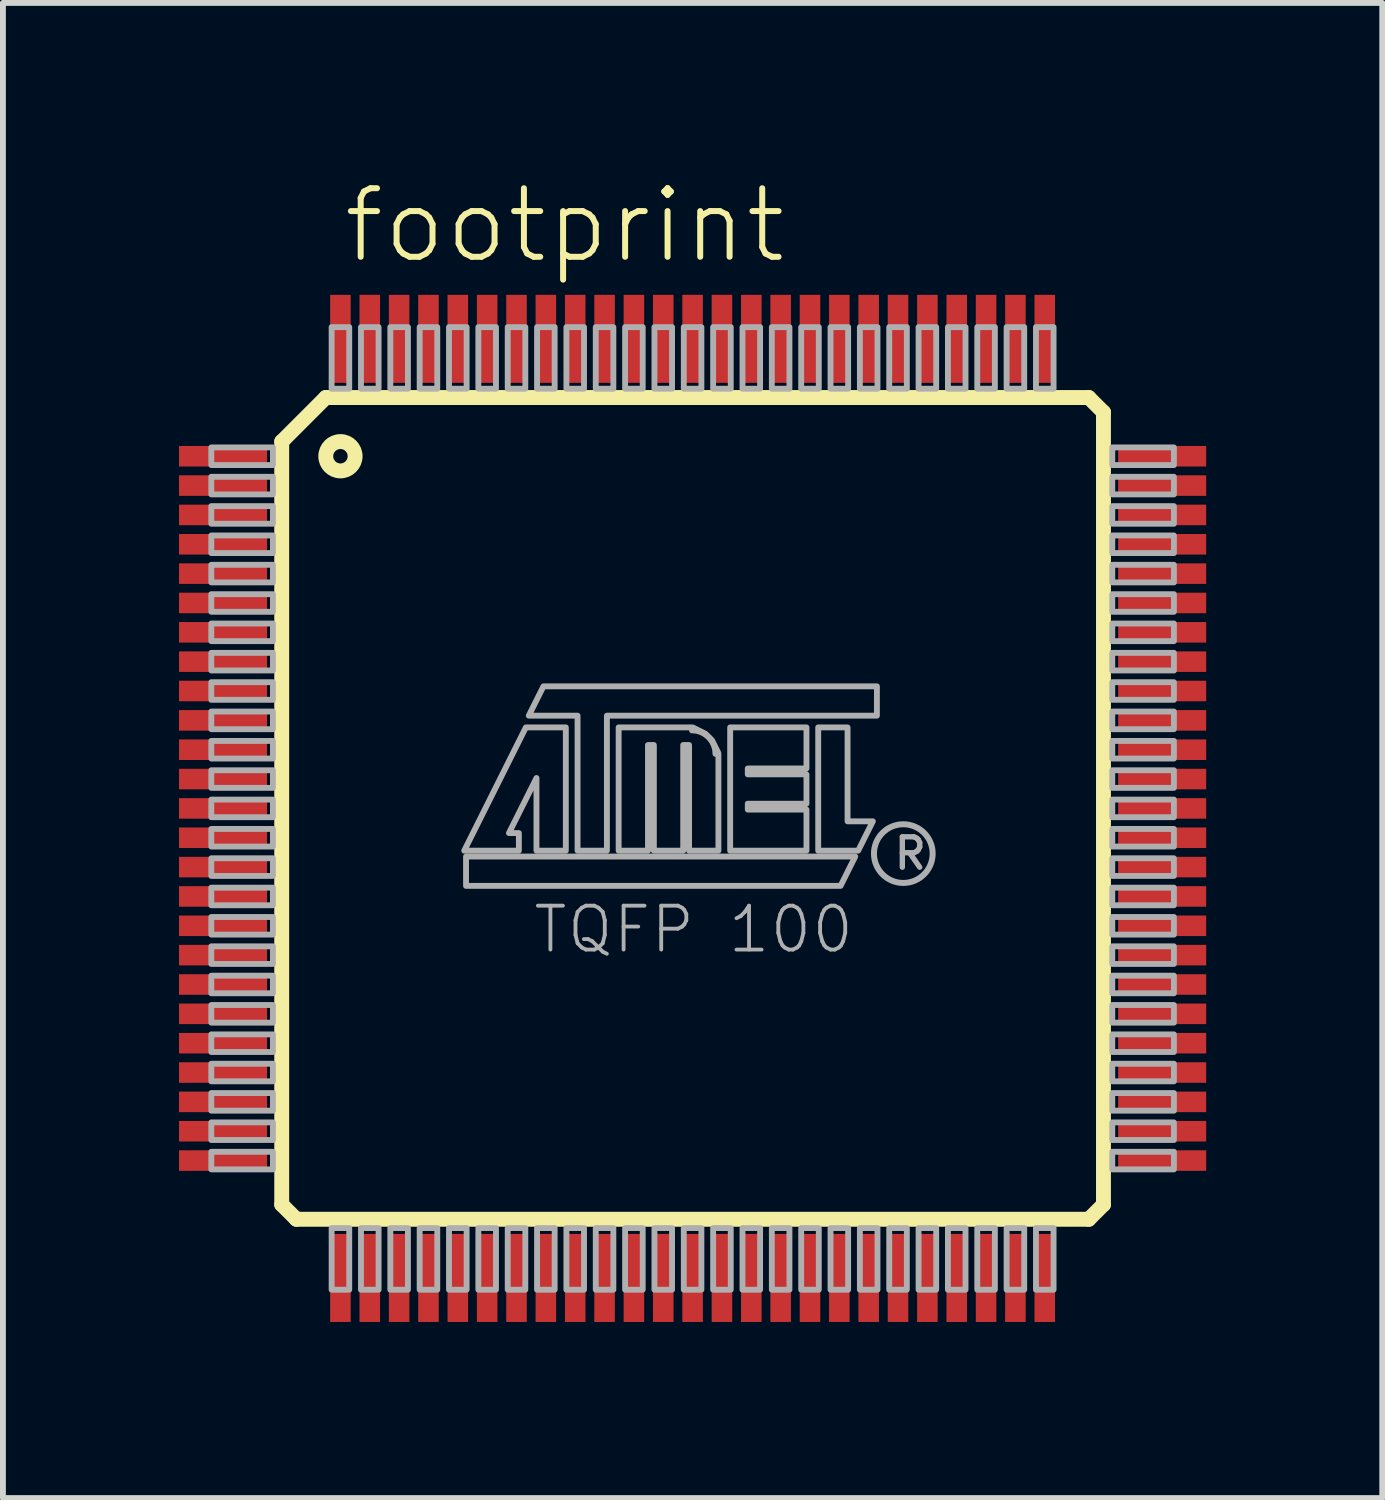
<source format=kicad_pcb>
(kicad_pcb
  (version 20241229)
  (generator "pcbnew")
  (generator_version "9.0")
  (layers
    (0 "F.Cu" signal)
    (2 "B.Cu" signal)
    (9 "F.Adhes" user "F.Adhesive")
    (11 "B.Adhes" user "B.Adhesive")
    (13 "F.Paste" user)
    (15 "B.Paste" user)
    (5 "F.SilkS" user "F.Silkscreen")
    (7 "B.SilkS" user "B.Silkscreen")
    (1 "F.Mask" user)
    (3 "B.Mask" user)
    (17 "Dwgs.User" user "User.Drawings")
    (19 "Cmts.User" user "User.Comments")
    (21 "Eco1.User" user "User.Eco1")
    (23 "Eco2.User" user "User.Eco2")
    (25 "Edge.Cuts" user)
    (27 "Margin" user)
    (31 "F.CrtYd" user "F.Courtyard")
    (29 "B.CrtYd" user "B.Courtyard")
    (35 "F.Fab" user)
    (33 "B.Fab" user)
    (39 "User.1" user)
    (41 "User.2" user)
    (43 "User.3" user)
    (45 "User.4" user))
  (footprint "footprint"
    (layer "F.Cu")
    (at 8.75 10.723)
    (property "Reference" "footprint" (at -6 -9.25 0) (layer "F.SilkS") (effects (font (size 1.168 1.168) (thickness 0.102)) (justify left bottom)))
    (fp_line (start -7 -6.25) (end -6.25 -7) (stroke (width 0.254) (type solid)) (layer "F.SilkS"))
    (fp_line (start -7 6.75) (end -7 -6.25) (stroke (width 0.254) (type solid)) (layer "F.SilkS"))
    (fp_line (start -6.75 7) (end -7 6.75) (stroke (width 0.254) (type solid)) (layer "F.SilkS"))
    (fp_line (start -6.25 -7) (end 6.75 -7) (stroke (width 0.254) (type solid)) (layer "F.SilkS"))
    (fp_line (start 6.75 -7) (end 7 -6.75) (stroke (width 0.254) (type solid)) (layer "F.SilkS"))
    (fp_line (start 6.75 7) (end -6.75 7) (stroke (width 0.254) (type solid)) (layer "F.SilkS"))
    (fp_line (start 7 -6.75) (end 7 6.75) (stroke (width 0.254) (type solid)) (layer "F.SilkS"))
    (fp_line (start 7 6.75) (end 6.75 7) (stroke (width 0.254) (type solid)) (layer "F.SilkS"))
    (fp_circle (center -6 -6) (end -5.75 -6) (stroke (width 0.254) (type solid)) (fill no) (layer "F.SilkS"))
    (fp_arc (start -0.0099 -1.3299) (mid 0.272878 -1.212708) (end 0.390001 -0.929901) (stroke (width 0.1016) (type solid)) (layer "F.Fab"))
    (fp_circle (center 3.59 0.77) (end 4.09 0.77) (stroke (width 0.102) (type solid)) (fill no) (layer "F.Fab"))
    (fp_poly (pts (xy -8.2 -5.85) (xy -7.15 -5.85) (xy -7.15 -6.15) (xy -8.2 -6.15)) (stroke (width 0.1) (type solid)) (fill no) (layer "F.Fab"))
    (fp_poly (pts (xy -8.2 -5.35) (xy -7.15 -5.35) (xy -7.15 -5.65) (xy -8.2 -5.65)) (stroke (width 0.1) (type solid)) (fill no) (layer "F.Fab"))
    (fp_poly (pts (xy -8.2 -4.85) (xy -7.15 -4.85) (xy -7.15 -5.15) (xy -8.2 -5.15)) (stroke (width 0.1) (type solid)) (fill no) (layer "F.Fab"))
    (fp_poly (pts (xy -8.2 -4.35) (xy -7.15 -4.35) (xy -7.15 -4.65) (xy -8.2 -4.65)) (stroke (width 0.1) (type solid)) (fill no) (layer "F.Fab"))
    (fp_poly (pts (xy -8.2 -3.85) (xy -7.15 -3.85) (xy -7.15 -4.15) (xy -8.2 -4.15)) (stroke (width 0.1) (type solid)) (fill no) (layer "F.Fab"))
    (fp_poly (pts (xy -8.2 -3.35) (xy -7.15 -3.35) (xy -7.15 -3.65) (xy -8.2 -3.65)) (stroke (width 0.1) (type solid)) (fill no) (layer "F.Fab"))
    (fp_poly (pts (xy -8.2 -2.85) (xy -7.15 -2.85) (xy -7.15 -3.15) (xy -8.2 -3.15)) (stroke (width 0.1) (type solid)) (fill no) (layer "F.Fab"))
    (fp_poly (pts (xy -8.2 -2.35) (xy -7.15 -2.35) (xy -7.15 -2.65) (xy -8.2 -2.65)) (stroke (width 0.1) (type solid)) (fill no) (layer "F.Fab"))
    (fp_poly (pts (xy -8.2 -1.85) (xy -7.15 -1.85) (xy -7.15 -2.15) (xy -8.2 -2.15)) (stroke (width 0.1) (type solid)) (fill no) (layer "F.Fab"))
    (fp_poly (pts (xy -8.2 -1.35) (xy -7.15 -1.35) (xy -7.15 -1.65) (xy -8.2 -1.65)) (stroke (width 0.1) (type solid)) (fill no) (layer "F.Fab"))
    (fp_poly (pts (xy -8.2 -0.85) (xy -7.15 -0.85) (xy -7.15 -1.15) (xy -8.2 -1.15)) (stroke (width 0.1) (type solid)) (fill no) (layer "F.Fab"))
    (fp_poly (pts (xy -8.2 -0.35) (xy -7.15 -0.35) (xy -7.15 -0.65) (xy -8.2 -0.65)) (stroke (width 0.1) (type solid)) (fill no) (layer "F.Fab"))
    (fp_poly (pts (xy -8.2 0.15) (xy -7.15 0.15) (xy -7.15 -0.15) (xy -8.2 -0.15)) (stroke (width 0.1) (type solid)) (fill no) (layer "F.Fab"))
    (fp_poly (pts (xy -8.2 0.65) (xy -7.15 0.65) (xy -7.15 0.35) (xy -8.2 0.35)) (stroke (width 0.1) (type solid)) (fill no) (layer "F.Fab"))
    (fp_poly (pts (xy -8.2 1.15) (xy -7.15 1.15) (xy -7.15 0.85) (xy -8.2 0.85)) (stroke (width 0.1) (type solid)) (fill no) (layer "F.Fab"))
    (fp_poly (pts (xy -8.2 1.65) (xy -7.15 1.65) (xy -7.15 1.35) (xy -8.2 1.35)) (stroke (width 0.1) (type solid)) (fill no) (layer "F.Fab"))
    (fp_poly (pts (xy -8.2 2.15) (xy -7.15 2.15) (xy -7.15 1.85) (xy -8.2 1.85)) (stroke (width 0.1) (type solid)) (fill no) (layer "F.Fab"))
    (fp_poly (pts (xy -8.2 2.65) (xy -7.15 2.65) (xy -7.15 2.35) (xy -8.2 2.35)) (stroke (width 0.1) (type solid)) (fill no) (layer "F.Fab"))
    (fp_poly (pts (xy -8.2 3.15) (xy -7.15 3.15) (xy -7.15 2.85) (xy -8.2 2.85)) (stroke (width 0.1) (type solid)) (fill no) (layer "F.Fab"))
    (fp_poly (pts (xy -8.2 3.65) (xy -7.15 3.65) (xy -7.15 3.35) (xy -8.2 3.35)) (stroke (width 0.1) (type solid)) (fill no) (layer "F.Fab"))
    (fp_poly (pts (xy -8.2 4.15) (xy -7.15 4.15) (xy -7.15 3.85) (xy -8.2 3.85)) (stroke (width 0.1) (type solid)) (fill no) (layer "F.Fab"))
    (fp_poly (pts (xy -8.2 4.65) (xy -7.15 4.65) (xy -7.15 4.35) (xy -8.2 4.35)) (stroke (width 0.1) (type solid)) (fill no) (layer "F.Fab"))
    (fp_poly (pts (xy -8.2 5.15) (xy -7.15 5.15) (xy -7.15 4.85) (xy -8.2 4.85)) (stroke (width 0.1) (type solid)) (fill no) (layer "F.Fab"))
    (fp_poly (pts (xy -8.2 5.65) (xy -7.15 5.65) (xy -7.15 5.35) (xy -8.2 5.35)) (stroke (width 0.1) (type solid)) (fill no) (layer "F.Fab"))
    (fp_poly (pts (xy -8.2 6.15) (xy -7.15 6.15) (xy -7.15 5.85) (xy -8.2 5.85)) (stroke (width 0.1) (type solid)) (fill no) (layer "F.Fab"))
    (fp_poly (pts (xy -6.15 -7.15) (xy -5.85 -7.15) (xy -5.85 -8.2) (xy -6.15 -8.2)) (stroke (width 0.1) (type solid)) (fill no) (layer "F.Fab"))
    (fp_poly (pts (xy -6.15 8.2) (xy -5.85 8.2) (xy -5.85 7.15) (xy -6.15 7.15)) (stroke (width 0.1) (type solid)) (fill no) (layer "F.Fab"))
    (fp_poly (pts (xy -5.65 -7.15) (xy -5.35 -7.15) (xy -5.35 -8.2) (xy -5.65 -8.2)) (stroke (width 0.1) (type solid)) (fill no) (layer "F.Fab"))
    (fp_poly (pts (xy -5.65 8.2) (xy -5.35 8.2) (xy -5.35 7.15) (xy -5.65 7.15)) (stroke (width 0.1) (type solid)) (fill no) (layer "F.Fab"))
    (fp_poly (pts (xy -5.15 -7.15) (xy -4.85 -7.15) (xy -4.85 -8.2) (xy -5.15 -8.2)) (stroke (width 0.1) (type solid)) (fill no) (layer "F.Fab"))
    (fp_poly (pts (xy -5.15 8.2) (xy -4.85 8.2) (xy -4.85 7.15) (xy -5.15 7.15)) (stroke (width 0.1) (type solid)) (fill no) (layer "F.Fab"))
    (fp_poly (pts (xy -4.65 -7.15) (xy -4.35 -7.15) (xy -4.35 -8.2) (xy -4.65 -8.2)) (stroke (width 0.1) (type solid)) (fill no) (layer "F.Fab"))
    (fp_poly (pts (xy -4.65 8.2) (xy -4.35 8.2) (xy -4.35 7.15) (xy -4.65 7.15)) (stroke (width 0.1) (type solid)) (fill no) (layer "F.Fab"))
    (fp_poly (pts (xy -4.15 -7.15) (xy -3.85 -7.15) (xy -3.85 -8.2) (xy -4.15 -8.2)) (stroke (width 0.1) (type solid)) (fill no) (layer "F.Fab"))
    (fp_poly (pts (xy -4.15 8.2) (xy -3.85 8.2) (xy -3.85 7.15) (xy -4.15 7.15)) (stroke (width 0.1) (type solid)) (fill no) (layer "F.Fab"))
    (fp_poly (pts (xy -3.65 -7.15) (xy -3.35 -7.15) (xy -3.35 -8.2) (xy -3.65 -8.2)) (stroke (width 0.1) (type solid)) (fill no) (layer "F.Fab"))
    (fp_poly (pts (xy -3.65 8.2) (xy -3.35 8.2) (xy -3.35 7.15) (xy -3.65 7.15)) (stroke (width 0.1) (type solid)) (fill no) (layer "F.Fab"))
    (fp_poly (pts (xy -3.15 -7.15) (xy -2.85 -7.15) (xy -2.85 -8.2) (xy -3.15 -8.2)) (stroke (width 0.1) (type solid)) (fill no) (layer "F.Fab"))
    (fp_poly (pts (xy -3.15 8.2) (xy -2.85 8.2) (xy -2.85 7.15) (xy -3.15 7.15)) (stroke (width 0.1) (type solid)) (fill no) (layer "F.Fab"))
    (fp_poly (pts (xy -2.65 -7.15) (xy -2.35 -7.15) (xy -2.35 -8.2) (xy -2.65 -8.2)) (stroke (width 0.1) (type solid)) (fill no) (layer "F.Fab"))
    (fp_poly (pts (xy -2.65 8.2) (xy -2.35 8.2) (xy -2.35 7.15) (xy -2.65 7.15)) (stroke (width 0.1) (type solid)) (fill no) (layer "F.Fab"))
    (fp_poly (pts (xy -2.15 -7.15) (xy -1.85 -7.15) (xy -1.85 -8.2) (xy -2.15 -8.2)) (stroke (width 0.1) (type solid)) (fill no) (layer "F.Fab"))
    (fp_poly (pts (xy -2.15 8.2) (xy -1.85 8.2) (xy -1.85 7.15) (xy -2.15 7.15)) (stroke (width 0.1) (type solid)) (fill no) (layer "F.Fab"))
    (fp_poly (pts (xy -1.65 -7.15) (xy -1.35 -7.15) (xy -1.35 -8.2) (xy -1.65 -8.2)) (stroke (width 0.1) (type solid)) (fill no) (layer "F.Fab"))
    (fp_poly (pts (xy -1.65 8.2) (xy -1.35 8.2) (xy -1.35 7.15) (xy -1.65 7.15)) (stroke (width 0.1) (type solid)) (fill no) (layer "F.Fab"))
    (fp_poly (pts (xy -1.15 -7.15) (xy -0.85 -7.15) (xy -0.85 -8.2) (xy -1.15 -8.2)) (stroke (width 0.1) (type solid)) (fill no) (layer "F.Fab"))
    (fp_poly (pts (xy -1.15 8.2) (xy -0.85 8.2) (xy -0.85 7.15) (xy -1.15 7.15)) (stroke (width 0.1) (type solid)) (fill no) (layer "F.Fab"))
    (fp_poly (pts (xy -0.65 -7.15) (xy -0.35 -7.15) (xy -0.35 -8.2) (xy -0.65 -8.2)) (stroke (width 0.1) (type solid)) (fill no) (layer "F.Fab"))
    (fp_poly (pts (xy -0.65 8.2) (xy -0.35 8.2) (xy -0.35 7.15) (xy -0.65 7.15)) (stroke (width 0.1) (type solid)) (fill no) (layer "F.Fab"))
    (fp_poly (pts (xy -0.15 -7.15) (xy 0.15 -7.15) (xy 0.15 -8.2) (xy -0.15 -8.2)) (stroke (width 0.1) (type solid)) (fill no) (layer "F.Fab"))
    (fp_poly (pts (xy -0.15 8.2) (xy 0.15 8.2) (xy 0.15 7.15) (xy -0.15 7.15)) (stroke (width 0.1) (type solid)) (fill no) (layer "F.Fab"))
    (fp_poly (pts (xy 0.35 -7.15) (xy 0.65 -7.15) (xy 0.65 -8.2) (xy 0.35 -8.2)) (stroke (width 0.1) (type solid)) (fill no) (layer "F.Fab"))
    (fp_poly (pts (xy 0.35 8.2) (xy 0.65 8.2) (xy 0.65 7.15) (xy 0.35 7.15)) (stroke (width 0.1) (type solid)) (fill no) (layer "F.Fab"))
    (fp_poly (pts (xy 0.85 -7.15) (xy 1.15 -7.15) (xy 1.15 -8.2) (xy 0.85 -8.2)) (stroke (width 0.1) (type solid)) (fill no) (layer "F.Fab"))
    (fp_poly (pts (xy 0.85 8.2) (xy 1.15 8.2) (xy 1.15 7.15) (xy 0.85 7.15)) (stroke (width 0.1) (type solid)) (fill no) (layer "F.Fab"))
    (fp_poly (pts (xy 1.35 -7.15) (xy 1.65 -7.15) (xy 1.65 -8.2) (xy 1.35 -8.2)) (stroke (width 0.1) (type solid)) (fill no) (layer "F.Fab"))
    (fp_poly (pts (xy 1.35 8.2) (xy 1.65 8.2) (xy 1.65 7.15) (xy 1.35 7.15)) (stroke (width 0.1) (type solid)) (fill no) (layer "F.Fab"))
    (fp_poly (pts (xy 1.85 -7.15) (xy 2.15 -7.15) (xy 2.15 -8.2) (xy 1.85 -8.2)) (stroke (width 0.1) (type solid)) (fill no) (layer "F.Fab"))
    (fp_poly (pts (xy 1.85 8.2) (xy 2.15 8.2) (xy 2.15 7.15) (xy 1.85 7.15)) (stroke (width 0.1) (type solid)) (fill no) (layer "F.Fab"))
    (fp_poly (pts (xy 2.35 -7.15) (xy 2.65 -7.15) (xy 2.65 -8.2) (xy 2.35 -8.2)) (stroke (width 0.1) (type solid)) (fill no) (layer "F.Fab"))
    (fp_poly (pts (xy 2.35 8.2) (xy 2.65 8.2) (xy 2.65 7.15) (xy 2.35 7.15)) (stroke (width 0.1) (type solid)) (fill no) (layer "F.Fab"))
    (fp_poly (pts (xy 2.521 1.32) (xy -3.86 1.32) (xy -3.86 0.82) (xy 2.771 0.82)) (stroke (width 0.1) (type solid)) (fill no) (layer "F.Fab"))
    (fp_poly (pts (xy 2.85 -7.15) (xy 3.15 -7.15) (xy 3.15 -8.2) (xy 2.85 -8.2)) (stroke (width 0.1) (type solid)) (fill no) (layer "F.Fab"))
    (fp_poly (pts (xy 2.85 8.2) (xy 3.15 8.2) (xy 3.15 7.15) (xy 2.85 7.15)) (stroke (width 0.1) (type solid)) (fill no) (layer "F.Fab"))
    (fp_poly (pts (xy 3.35 -7.15) (xy 3.65 -7.15) (xy 3.65 -8.2) (xy 3.35 -8.2)) (stroke (width 0.1) (type solid)) (fill no) (layer "F.Fab"))
    (fp_poly (pts (xy 3.35 8.2) (xy 3.65 8.2) (xy 3.65 7.15) (xy 3.35 7.15)) (stroke (width 0.1) (type solid)) (fill no) (layer "F.Fab"))
    (fp_poly (pts (xy 3.85 -7.15) (xy 4.15 -7.15) (xy 4.15 -8.2) (xy 3.85 -8.2)) (stroke (width 0.1) (type solid)) (fill no) (layer "F.Fab"))
    (fp_poly (pts (xy 3.85 8.2) (xy 4.15 8.2) (xy 4.15 7.15) (xy 3.85 7.15)) (stroke (width 0.1) (type solid)) (fill no) (layer "F.Fab"))
    (fp_poly (pts (xy 4.35 -7.15) (xy 4.65 -7.15) (xy 4.65 -8.2) (xy 4.35 -8.2)) (stroke (width 0.1) (type solid)) (fill no) (layer "F.Fab"))
    (fp_poly (pts (xy 4.35 8.2) (xy 4.65 8.2) (xy 4.65 7.15) (xy 4.35 7.15)) (stroke (width 0.1) (type solid)) (fill no) (layer "F.Fab"))
    (fp_poly (pts (xy 4.85 -7.15) (xy 5.15 -7.15) (xy 5.15 -8.2) (xy 4.85 -8.2)) (stroke (width 0.1) (type solid)) (fill no) (layer "F.Fab"))
    (fp_poly (pts (xy 4.85 8.2) (xy 5.15 8.2) (xy 5.15 7.15) (xy 4.85 7.15)) (stroke (width 0.1) (type solid)) (fill no) (layer "F.Fab"))
    (fp_poly (pts (xy 5.35 -7.15) (xy 5.65 -7.15) (xy 5.65 -8.2) (xy 5.35 -8.2)) (stroke (width 0.1) (type solid)) (fill no) (layer "F.Fab"))
    (fp_poly (pts (xy 5.35 8.2) (xy 5.65 8.2) (xy 5.65 7.15) (xy 5.35 7.15)) (stroke (width 0.1) (type solid)) (fill no) (layer "F.Fab"))
    (fp_poly (pts (xy 5.85 -7.15) (xy 6.15 -7.15) (xy 6.15 -8.2) (xy 5.85 -8.2)) (stroke (width 0.1) (type solid)) (fill no) (layer "F.Fab"))
    (fp_poly (pts (xy 5.85 8.2) (xy 6.15 8.2) (xy 6.15 7.15) (xy 5.85 7.15)) (stroke (width 0.1) (type solid)) (fill no) (layer "F.Fab"))
    (fp_poly (pts (xy 7.15 -5.85) (xy 8.2 -5.85) (xy 8.2 -6.15) (xy 7.15 -6.15)) (stroke (width 0.1) (type solid)) (fill no) (layer "F.Fab"))
    (fp_poly (pts (xy 7.15 -5.35) (xy 8.2 -5.35) (xy 8.2 -5.65) (xy 7.15 -5.65)) (stroke (width 0.1) (type solid)) (fill no) (layer "F.Fab"))
    (fp_poly (pts (xy 7.15 -4.85) (xy 8.2 -4.85) (xy 8.2 -5.15) (xy 7.15 -5.15)) (stroke (width 0.1) (type solid)) (fill no) (layer "F.Fab"))
    (fp_poly (pts (xy 7.15 -4.35) (xy 8.2 -4.35) (xy 8.2 -4.65) (xy 7.15 -4.65)) (stroke (width 0.1) (type solid)) (fill no) (layer "F.Fab"))
    (fp_poly (pts (xy 7.15 -3.85) (xy 8.2 -3.85) (xy 8.2 -4.15) (xy 7.15 -4.15)) (stroke (width 0.1) (type solid)) (fill no) (layer "F.Fab"))
    (fp_poly (pts (xy 7.15 -3.35) (xy 8.2 -3.35) (xy 8.2 -3.65) (xy 7.15 -3.65)) (stroke (width 0.1) (type solid)) (fill no) (layer "F.Fab"))
    (fp_poly (pts (xy 7.15 -2.85) (xy 8.2 -2.85) (xy 8.2 -3.15) (xy 7.15 -3.15)) (stroke (width 0.1) (type solid)) (fill no) (layer "F.Fab"))
    (fp_poly (pts (xy 7.15 -2.35) (xy 8.2 -2.35) (xy 8.2 -2.65) (xy 7.15 -2.65)) (stroke (width 0.1) (type solid)) (fill no) (layer "F.Fab"))
    (fp_poly (pts (xy 7.15 -1.85) (xy 8.2 -1.85) (xy 8.2 -2.15) (xy 7.15 -2.15)) (stroke (width 0.1) (type solid)) (fill no) (layer "F.Fab"))
    (fp_poly (pts (xy 7.15 -1.35) (xy 8.2 -1.35) (xy 8.2 -1.65) (xy 7.15 -1.65)) (stroke (width 0.1) (type solid)) (fill no) (layer "F.Fab"))
    (fp_poly (pts (xy 7.15 -0.85) (xy 8.2 -0.85) (xy 8.2 -1.15) (xy 7.15 -1.15)) (stroke (width 0.1) (type solid)) (fill no) (layer "F.Fab"))
    (fp_poly (pts (xy 7.15 -0.35) (xy 8.2 -0.35) (xy 8.2 -0.65) (xy 7.15 -0.65)) (stroke (width 0.1) (type solid)) (fill no) (layer "F.Fab"))
    (fp_poly (pts (xy 7.15 0.15) (xy 8.2 0.15) (xy 8.2 -0.15) (xy 7.15 -0.15)) (stroke (width 0.1) (type solid)) (fill no) (layer "F.Fab"))
    (fp_poly (pts (xy 7.15 0.65) (xy 8.2 0.65) (xy 8.2 0.35) (xy 7.15 0.35)) (stroke (width 0.1) (type solid)) (fill no) (layer "F.Fab"))
    (fp_poly (pts (xy 7.15 1.15) (xy 8.2 1.15) (xy 8.2 0.85) (xy 7.15 0.85)) (stroke (width 0.1) (type solid)) (fill no) (layer "F.Fab"))
    (fp_poly (pts (xy 7.15 1.65) (xy 8.2 1.65) (xy 8.2 1.35) (xy 7.15 1.35)) (stroke (width 0.1) (type solid)) (fill no) (layer "F.Fab"))
    (fp_poly (pts (xy 7.15 2.15) (xy 8.2 2.15) (xy 8.2 1.85) (xy 7.15 1.85)) (stroke (width 0.1) (type solid)) (fill no) (layer "F.Fab"))
    (fp_poly (pts (xy 7.15 2.65) (xy 8.2 2.65) (xy 8.2 2.35) (xy 7.15 2.35)) (stroke (width 0.1) (type solid)) (fill no) (layer "F.Fab"))
    (fp_poly (pts (xy 7.15 3.15) (xy 8.2 3.15) (xy 8.2 2.85) (xy 7.15 2.85)) (stroke (width 0.1) (type solid)) (fill no) (layer "F.Fab"))
    (fp_poly (pts (xy 7.15 3.65) (xy 8.2 3.65) (xy 8.2 3.35) (xy 7.15 3.35)) (stroke (width 0.1) (type solid)) (fill no) (layer "F.Fab"))
    (fp_poly (pts (xy 7.15 4.15) (xy 8.2 4.15) (xy 8.2 3.85) (xy 7.15 3.85)) (stroke (width 0.1) (type solid)) (fill no) (layer "F.Fab"))
    (fp_poly (pts (xy 7.15 4.65) (xy 8.2 4.65) (xy 8.2 4.35) (xy 7.15 4.35)) (stroke (width 0.1) (type solid)) (fill no) (layer "F.Fab"))
    (fp_poly (pts (xy 7.15 5.15) (xy 8.2 5.15) (xy 8.2 4.85) (xy 7.15 4.85)) (stroke (width 0.1) (type solid)) (fill no) (layer "F.Fab"))
    (fp_poly (pts (xy 7.15 5.65) (xy 8.2 5.65) (xy 8.2 5.35) (xy 7.15 5.35)) (stroke (width 0.1) (type solid)) (fill no) (layer "F.Fab"))
    (fp_poly (pts (xy 7.15 6.15) (xy 8.2 6.15) (xy 8.2 5.85) (xy 7.15 5.85)) (stroke (width 0.1) (type solid)) (fill no) (layer "F.Fab"))
    (fp_poly (pts (xy 2.64 0.22) (xy 3.071 0.22) (xy 2.821 0.72) (xy 2.14 0.72) (xy 2.14 -1.38) (xy 2.64 -1.38)) (stroke (width 0.1) (type solid)) (fill no) (layer "F.Fab"))
    (fp_poly (pts (xy 3.14 -1.58) (xy -1.46 -1.58) (xy -1.46 0.72) (xy -1.96 0.72) (xy -1.96 -1.58) (xy -2.791 -1.58) (xy -2.541 -2.08) (xy 3.14 -2.08)) (stroke (width 0.1) (type solid)) (fill no) (layer "F.Fab"))
    (fp_poly (pts (xy -2.16 0.72) (xy -2.66 0.72) (xy -2.66 -0.518) (xy -3.129 0.42) (xy -2.96 0.42) (xy -2.96 0.72) (xy -3.891 0.72) (xy -2.841 -1.38) (xy -2.16 -1.38)) (stroke (width 0.1) (type solid)) (fill no) (layer "F.Fab"))
    (fp_poly (pts (xy 1.94 -0.68) (xy 0.94 -0.68) (xy 0.94 -0.58) (xy 1.94 -0.58) (xy 1.94 -0.08) (xy 0.94 -0.08) (xy 0.94 0.02) (xy 1.94 0.02) (xy 1.94 0.72) (xy 0.64 0.72) (xy 0.64 -1.38) (xy 1.94 -1.38)) (stroke (width 0.1) (type solid)) (fill no) (layer "F.Fab"))
    (fp_poly (pts (xy 0.22 -1.271) (xy 0.331 -1.16) (xy 0.44 -0.942) (xy 0.44 0.72) (xy -0.06 0.72) (xy -0.06 -1.08) (xy -0.16 -1.08) (xy -0.16 0.72) (xy -0.66 0.72) (xy -0.66 -1.08) (xy -0.76 -1.08) (xy -0.76 0.72) (xy -1.26 0.72) (xy -1.26 -1.38) (xy 0.002 -1.38)) (stroke (width 0.1) (type solid)) (fill no) (layer "F.Fab"))
    (fp_text user "R" (at 3.39 1.07 0) (layer "F.Fab") (effects (font (size 0.518 0.518) (thickness 0.091)) (justify left bottom)))
    (fp_text user "TQFP 100" (at -2.75 2.5 0) (layer "F.Fab") (effects (font (size 0.748 0.748) (thickness 0.065)) (justify left bottom)))
    (pad "1" smd rect (at -8 -6) (size 1.5 0.35) (layers "F.Cu" "F.Mask" "F.Paste"))
    (pad "2" smd rect (at -8 -5.5) (size 1.5 0.35) (layers "F.Cu" "F.Mask" "F.Paste"))
    (pad "3" smd rect (at -8 -5) (size 1.5 0.35) (layers "F.Cu" "F.Mask" "F.Paste"))
    (pad "4" smd rect (at -8 -4.5) (size 1.5 0.35) (layers "F.Cu" "F.Mask" "F.Paste"))
    (pad "5" smd rect (at -8 -4) (size 1.5 0.35) (layers "F.Cu" "F.Mask" "F.Paste"))
    (pad "6" smd rect (at -8 -3.5) (size 1.5 0.35) (layers "F.Cu" "F.Mask" "F.Paste"))
    (pad "7" smd rect (at -8 -3) (size 1.5 0.35) (layers "F.Cu" "F.Mask" "F.Paste"))
    (pad "8" smd rect (at -8 -2.5) (size 1.5 0.35) (layers "F.Cu" "F.Mask" "F.Paste"))
    (pad "9" smd rect (at -8 -2) (size 1.5 0.35) (layers "F.Cu" "F.Mask" "F.Paste"))
    (pad "10" smd rect (at -8 -1.5) (size 1.5 0.35) (layers "F.Cu" "F.Mask" "F.Paste"))
    (pad "11" smd rect (at -8 -1) (size 1.5 0.35) (layers "F.Cu" "F.Mask" "F.Paste"))
    (pad "12" smd rect (at -8 -0.5) (size 1.5 0.35) (layers "F.Cu" "F.Mask" "F.Paste"))
    (pad "13" smd rect (at -8 0) (size 1.5 0.35) (layers "F.Cu" "F.Mask" "F.Paste"))
    (pad "14" smd rect (at -8 0.5) (size 1.5 0.35) (layers "F.Cu" "F.Mask" "F.Paste"))
    (pad "15" smd rect (at -8 1) (size 1.5 0.35) (layers "F.Cu" "F.Mask" "F.Paste"))
    (pad "16" smd rect (at -8 1.5) (size 1.5 0.35) (layers "F.Cu" "F.Mask" "F.Paste"))
    (pad "17" smd rect (at -8 2) (size 1.5 0.35) (layers "F.Cu" "F.Mask" "F.Paste"))
    (pad "18" smd rect (at -8 2.5) (size 1.5 0.35) (layers "F.Cu" "F.Mask" "F.Paste"))
    (pad "19" smd rect (at -8 3) (size 1.5 0.35) (layers "F.Cu" "F.Mask" "F.Paste"))
    (pad "20" smd rect (at -8 3.5) (size 1.5 0.35) (layers "F.Cu" "F.Mask" "F.Paste"))
    (pad "21" smd rect (at -8 4) (size 1.5 0.35) (layers "F.Cu" "F.Mask" "F.Paste"))
    (pad "22" smd rect (at -8 4.5) (size 1.5 0.35) (layers "F.Cu" "F.Mask" "F.Paste"))
    (pad "23" smd rect (at -8 5) (size 1.5 0.35) (layers "F.Cu" "F.Mask" "F.Paste"))
    (pad "24" smd rect (at -8 5.5) (size 1.5 0.35) (layers "F.Cu" "F.Mask" "F.Paste"))
    (pad "25" smd rect (at -8 6) (size 1.5 0.35) (layers "F.Cu" "F.Mask" "F.Paste"))
    (pad "26" smd rect (at -6 8) (size 0.35 1.5) (layers "F.Cu" "F.Mask" "F.Paste"))
    (pad "27" smd rect (at -5.5 8) (size 0.35 1.5) (layers "F.Cu" "F.Mask" "F.Paste"))
    (pad "28" smd rect (at -5 8) (size 0.35 1.5) (layers "F.Cu" "F.Mask" "F.Paste"))
    (pad "29" smd rect (at -4.5 8) (size 0.35 1.5) (layers "F.Cu" "F.Mask" "F.Paste"))
    (pad "30" smd rect (at -4 8) (size 0.35 1.5) (layers "F.Cu" "F.Mask" "F.Paste"))
    (pad "31" smd rect (at -3.5 8) (size 0.35 1.5) (layers "F.Cu" "F.Mask" "F.Paste"))
    (pad "32" smd rect (at -3 8) (size 0.35 1.5) (layers "F.Cu" "F.Mask" "F.Paste"))
    (pad "33" smd rect (at -2.5 8) (size 0.35 1.5) (layers "F.Cu" "F.Mask" "F.Paste"))
    (pad "34" smd rect (at -2 8) (size 0.35 1.5) (layers "F.Cu" "F.Mask" "F.Paste"))
    (pad "35" smd rect (at -1.5 8) (size 0.35 1.5) (layers "F.Cu" "F.Mask" "F.Paste"))
    (pad "36" smd rect (at -1 8) (size 0.35 1.5) (layers "F.Cu" "F.Mask" "F.Paste"))
    (pad "37" smd rect (at -0.5 8) (size 0.35 1.5) (layers "F.Cu" "F.Mask" "F.Paste"))
    (pad "38" smd rect (at 0 8) (size 0.35 1.5) (layers "F.Cu" "F.Mask" "F.Paste"))
    (pad "39" smd rect (at 0.5 8) (size 0.35 1.5) (layers "F.Cu" "F.Mask" "F.Paste"))
    (pad "40" smd rect (at 1 8) (size 0.35 1.5) (layers "F.Cu" "F.Mask" "F.Paste"))
    (pad "41" smd rect (at 1.5 8) (size 0.35 1.5) (layers "F.Cu" "F.Mask" "F.Paste"))
    (pad "42" smd rect (at 2 8) (size 0.35 1.5) (layers "F.Cu" "F.Mask" "F.Paste"))
    (pad "43" smd rect (at 2.5 8) (size 0.35 1.5) (layers "F.Cu" "F.Mask" "F.Paste"))
    (pad "44" smd rect (at 3 8) (size 0.35 1.5) (layers "F.Cu" "F.Mask" "F.Paste"))
    (pad "45" smd rect (at 3.5 8) (size 0.35 1.5) (layers "F.Cu" "F.Mask" "F.Paste"))
    (pad "46" smd rect (at 4 8) (size 0.35 1.5) (layers "F.Cu" "F.Mask" "F.Paste"))
    (pad "47" smd rect (at 4.5 8) (size 0.35 1.5) (layers "F.Cu" "F.Mask" "F.Paste"))
    (pad "48" smd rect (at 5 8) (size 0.35 1.5) (layers "F.Cu" "F.Mask" "F.Paste"))
    (pad "49" smd rect (at 5.5 8) (size 0.35 1.5) (layers "F.Cu" "F.Mask" "F.Paste"))
    (pad "50" smd rect (at 6 8) (size 0.35 1.5) (layers "F.Cu" "F.Mask" "F.Paste"))
    (pad "51" smd rect (at 8 6) (size 1.5 0.35) (layers "F.Cu" "F.Mask" "F.Paste"))
    (pad "52" smd rect (at 8 5.5) (size 1.5 0.35) (layers "F.Cu" "F.Mask" "F.Paste"))
    (pad "53" smd rect (at 8 5) (size 1.5 0.35) (layers "F.Cu" "F.Mask" "F.Paste"))
    (pad "54" smd rect (at 8 4.5) (size 1.5 0.35) (layers "F.Cu" "F.Mask" "F.Paste"))
    (pad "55" smd rect (at 8 4) (size 1.5 0.35) (layers "F.Cu" "F.Mask" "F.Paste"))
    (pad "56" smd rect (at 8 3.5) (size 1.5 0.35) (layers "F.Cu" "F.Mask" "F.Paste"))
    (pad "57" smd rect (at 8 3) (size 1.5 0.35) (layers "F.Cu" "F.Mask" "F.Paste"))
    (pad "58" smd rect (at 8 2.5) (size 1.5 0.35) (layers "F.Cu" "F.Mask" "F.Paste"))
    (pad "59" smd rect (at 8 2) (size 1.5 0.35) (layers "F.Cu" "F.Mask" "F.Paste"))
    (pad "60" smd rect (at 8 1.5) (size 1.5 0.35) (layers "F.Cu" "F.Mask" "F.Paste"))
    (pad "61" smd rect (at 8 1) (size 1.5 0.35) (layers "F.Cu" "F.Mask" "F.Paste"))
    (pad "62" smd rect (at 8 0.5) (size 1.5 0.35) (layers "F.Cu" "F.Mask" "F.Paste"))
    (pad "63" smd rect (at 8 0) (size 1.5 0.35) (layers "F.Cu" "F.Mask" "F.Paste"))
    (pad "64" smd rect (at 8 -0.5) (size 1.5 0.35) (layers "F.Cu" "F.Mask" "F.Paste"))
    (pad "65" smd rect (at 8 -1) (size 1.5 0.35) (layers "F.Cu" "F.Mask" "F.Paste"))
    (pad "66" smd rect (at 8 -1.5) (size 1.5 0.35) (layers "F.Cu" "F.Mask" "F.Paste"))
    (pad "67" smd rect (at 8 -2) (size 1.5 0.35) (layers "F.Cu" "F.Mask" "F.Paste"))
    (pad "68" smd rect (at 8 -2.5) (size 1.5 0.35) (layers "F.Cu" "F.Mask" "F.Paste"))
    (pad "69" smd rect (at 8 -3) (size 1.5 0.35) (layers "F.Cu" "F.Mask" "F.Paste"))
    (pad "70" smd rect (at 8 -3.5) (size 1.5 0.35) (layers "F.Cu" "F.Mask" "F.Paste"))
    (pad "71" smd rect (at 8 -4) (size 1.5 0.35) (layers "F.Cu" "F.Mask" "F.Paste"))
    (pad "72" smd rect (at 8 -4.5) (size 1.5 0.35) (layers "F.Cu" "F.Mask" "F.Paste"))
    (pad "73" smd rect (at 8 -5) (size 1.5 0.35) (layers "F.Cu" "F.Mask" "F.Paste"))
    (pad "74" smd rect (at 8 -5.5) (size 1.5 0.35) (layers "F.Cu" "F.Mask" "F.Paste"))
    (pad "75" smd rect (at 8 -6) (size 1.5 0.35) (layers "F.Cu" "F.Mask" "F.Paste"))
    (pad "76" smd rect (at 6 -8) (size 0.35 1.5) (layers "F.Cu" "F.Mask" "F.Paste"))
    (pad "77" smd rect (at 5.5 -8) (size 0.35 1.5) (layers "F.Cu" "F.Mask" "F.Paste"))
    (pad "78" smd rect (at 5 -8) (size 0.35 1.5) (layers "F.Cu" "F.Mask" "F.Paste"))
    (pad "79" smd rect (at 4.5 -8) (size 0.35 1.5) (layers "F.Cu" "F.Mask" "F.Paste"))
    (pad "80" smd rect (at 4 -8) (size 0.35 1.5) (layers "F.Cu" "F.Mask" "F.Paste"))
    (pad "81" smd rect (at 3.5 -8) (size 0.35 1.5) (layers "F.Cu" "F.Mask" "F.Paste"))
    (pad "82" smd rect (at 3 -8) (size 0.35 1.5) (layers "F.Cu" "F.Mask" "F.Paste"))
    (pad "83" smd rect (at 2.5 -8) (size 0.35 1.5) (layers "F.Cu" "F.Mask" "F.Paste"))
    (pad "84" smd rect (at 2 -8) (size 0.35 1.5) (layers "F.Cu" "F.Mask" "F.Paste"))
    (pad "85" smd rect (at 1.5 -8) (size 0.35 1.5) (layers "F.Cu" "F.Mask" "F.Paste"))
    (pad "86" smd rect (at 1 -8) (size 0.35 1.5) (layers "F.Cu" "F.Mask" "F.Paste"))
    (pad "87" smd rect (at 0.5 -8) (size 0.35 1.5) (layers "F.Cu" "F.Mask" "F.Paste"))
    (pad "88" smd rect (at 0 -8) (size 0.35 1.5) (layers "F.Cu" "F.Mask" "F.Paste"))
    (pad "89" smd rect (at -0.5 -8) (size 0.35 1.5) (layers "F.Cu" "F.Mask" "F.Paste"))
    (pad "90" smd rect (at -1 -8) (size 0.35 1.5) (layers "F.Cu" "F.Mask" "F.Paste"))
    (pad "91" smd rect (at -1.5 -8) (size 0.35 1.5) (layers "F.Cu" "F.Mask" "F.Paste"))
    (pad "92" smd rect (at -2 -8) (size 0.35 1.5) (layers "F.Cu" "F.Mask" "F.Paste"))
    (pad "93" smd rect (at -2.5 -8) (size 0.35 1.5) (layers "F.Cu" "F.Mask" "F.Paste"))
    (pad "94" smd rect (at -3 -8) (size 0.35 1.5) (layers "F.Cu" "F.Mask" "F.Paste"))
    (pad "95" smd rect (at -3.5 -8) (size 0.35 1.5) (layers "F.Cu" "F.Mask" "F.Paste"))
    (pad "96" smd rect (at -4 -8) (size 0.35 1.5) (layers "F.Cu" "F.Mask" "F.Paste"))
    (pad "97" smd rect (at -4.5 -8) (size 0.35 1.5) (layers "F.Cu" "F.Mask" "F.Paste"))
    (pad "98" smd rect (at -5 -8) (size 0.35 1.5) (layers "F.Cu" "F.Mask" "F.Paste"))
    (pad "99" smd rect (at -5.5 -8) (size 0.35 1.5) (layers "F.Cu" "F.Mask" "F.Paste"))
    (pad "100" smd rect (at -6 -8) (size 0.35 1.5) (layers "F.Cu" "F.Mask" "F.Paste")))
  (gr_rect
    (start -3 -3)
    (end 20.5 22.473)
    (stroke (width 0.1) (type default))
    (fill no)
    (layer "Edge.Cuts")))
</source>
